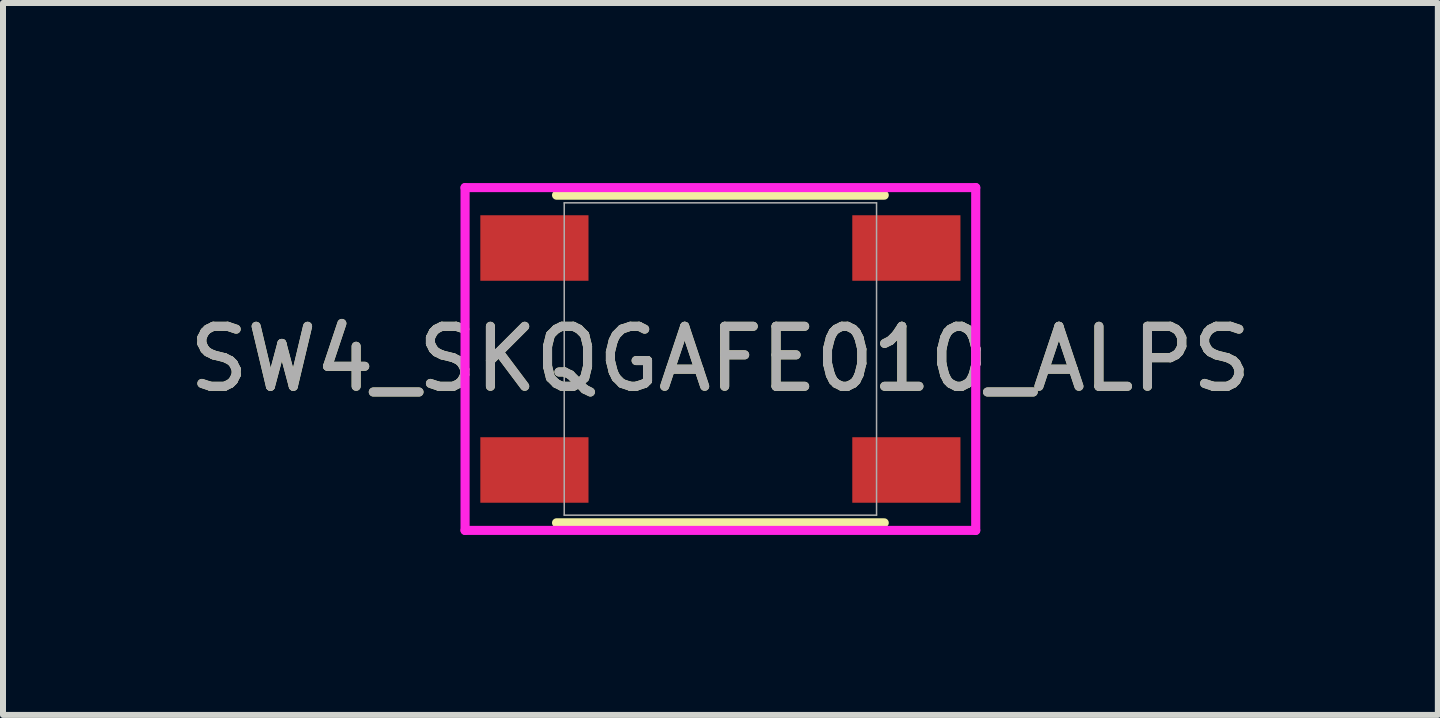
<source format=kicad_pcb>
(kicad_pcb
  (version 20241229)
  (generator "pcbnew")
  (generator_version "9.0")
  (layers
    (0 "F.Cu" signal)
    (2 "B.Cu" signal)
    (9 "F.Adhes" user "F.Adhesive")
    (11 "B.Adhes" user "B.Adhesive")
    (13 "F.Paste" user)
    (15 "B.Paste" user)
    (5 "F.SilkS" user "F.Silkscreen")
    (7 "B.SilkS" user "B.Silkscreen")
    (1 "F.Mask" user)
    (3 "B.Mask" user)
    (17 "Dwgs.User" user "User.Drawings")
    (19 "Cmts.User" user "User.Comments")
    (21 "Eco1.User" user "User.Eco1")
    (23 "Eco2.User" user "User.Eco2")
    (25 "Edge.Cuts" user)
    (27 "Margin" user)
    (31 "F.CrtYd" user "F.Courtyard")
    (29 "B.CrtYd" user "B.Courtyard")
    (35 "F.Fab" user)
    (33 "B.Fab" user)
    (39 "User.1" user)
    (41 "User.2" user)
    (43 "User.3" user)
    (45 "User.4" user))
  (footprint "SW4_SKQGAFE010_ALPS"
    (layer "F.Cu")
    (at 8.958 2.934)
    (property "Reference" "SW4_SKQGAFE010_ALPS" (at 0 0 0) (unlocked yes) (layer "F.SilkS") (effects (font (size 1 1) (thickness 0.15))))
    (attr smd)
    (fp_line (start -2.731 2.731) (end 2.731 2.731) (stroke (width 0.152) (type solid)) (layer "F.SilkS"))
    (fp_line (start 2.731 -2.731) (end -2.731 -2.731) (stroke (width 0.152) (type solid)) (layer "F.SilkS"))
    (fp_line (start -4.256 -2.857) (end -4.256 2.857) (stroke (width 0.152) (type solid)) (layer "F.CrtYd"))
    (fp_line (start -4.256 2.857) (end 4.256 2.857) (stroke (width 0.152) (type solid)) (layer "F.CrtYd"))
    (fp_line (start 4.256 -2.857) (end -4.256 -2.857) (stroke (width 0.152) (type solid)) (layer "F.CrtYd"))
    (fp_line (start 4.256 2.857) (end 4.256 -2.857) (stroke (width 0.152) (type solid)) (layer "F.CrtYd"))
    (fp_line (start -2.603 -2.603) (end -2.603 2.603) (stroke (width 0.025) (type solid)) (layer "F.Fab"))
    (fp_line (start -2.603 2.603) (end 2.603 2.603) (stroke (width 0.025) (type solid)) (layer "F.Fab"))
    (fp_line (start 2.603 -2.603) (end -2.603 -2.603) (stroke (width 0.025) (type solid)) (layer "F.Fab"))
    (fp_line (start 2.603 2.603) (end 2.603 -2.603) (stroke (width 0.025) (type solid)) (layer "F.Fab"))
    (fp_text user "${REFERENCE}" (at 0 0 0) (unlocked yes) (layer "F.Fab") (effects (font (size 1 1) (thickness 0.15))))
    (pad "1" smd rect (at -3.1 -1.85) (size 1.803 1.092) (layers "F.Cu" "F.Mask" "F.Paste"))
    (pad "2" smd rect (at 3.1 -1.85) (size 1.803 1.092) (layers "F.Cu" "F.Mask" "F.Paste"))
    (pad "3" smd rect (at -3.1 1.85) (size 1.803 1.092) (layers "F.Cu" "F.Mask" "F.Paste"))
    (pad "4" smd rect (at 3.1 1.85) (size 1.803 1.092) (layers "F.Cu" "F.Mask" "F.Paste"))
    (zone (net_name "") (layer "F.Cu") (hatch full 0.508) (connect_pads) (min_thickness 0.254) (filled_areas_thickness no) (keepout (tracks not_allowed) (vias not_allowed) (pads allowed) (copperpour not_allowed) (footprints allowed)) (placement (enabled no)) (fill) (polygon (pts (xy 7.957 1.638) (xy 7.957 4.229) (xy 4.96 4.229) (xy 4.96 1.638))))
    (zone (net_name "") (layer "F.Cu") (hatch full 0.508) (connect_pads) (min_thickness 0.254) (filled_areas_thickness no) (keepout (tracks not_allowed) (vias not_allowed) (pads allowed) (copperpour not_allowed) (footprints allowed)) (placement (enabled no)) (fill) (polygon (pts (xy 9.96 1.638) (xy 9.96 4.229) (xy 12.957 4.229) (xy 12.957 1.638)))))
  (gr_rect
    (start -3 -3)
    (end 20.917 8.867)
    (stroke (width 0.1) (type default))
    (fill no)
    (layer "Edge.Cuts")))
</source>
